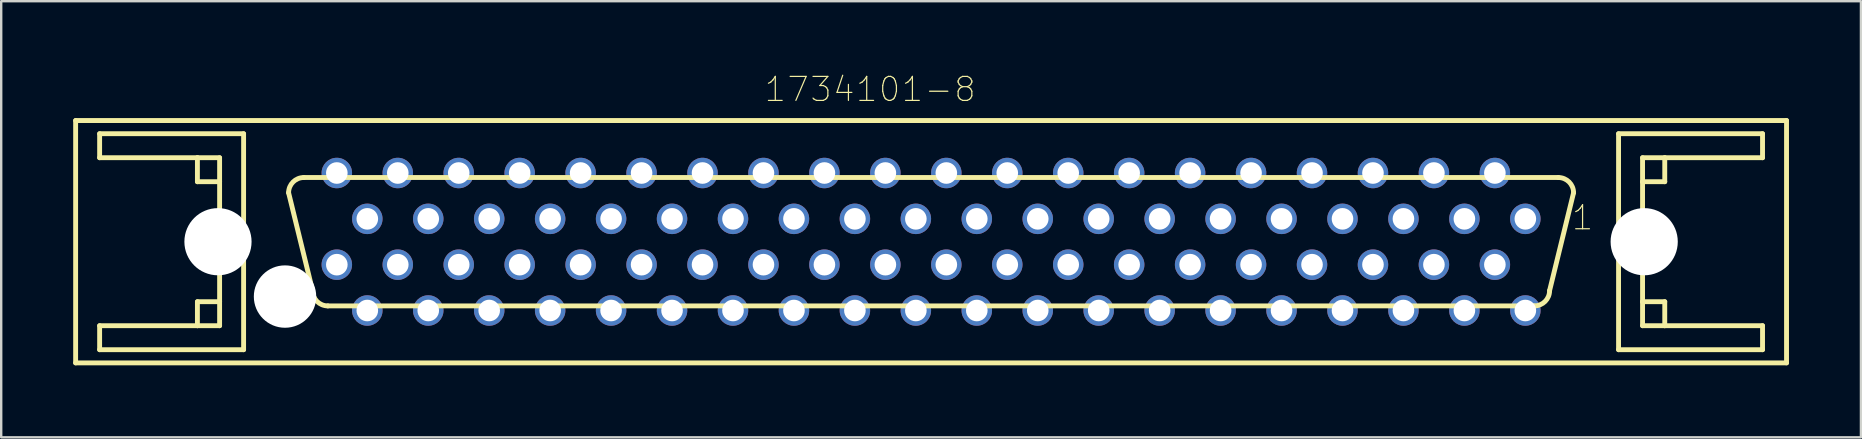
<source format=kicad_pcb>
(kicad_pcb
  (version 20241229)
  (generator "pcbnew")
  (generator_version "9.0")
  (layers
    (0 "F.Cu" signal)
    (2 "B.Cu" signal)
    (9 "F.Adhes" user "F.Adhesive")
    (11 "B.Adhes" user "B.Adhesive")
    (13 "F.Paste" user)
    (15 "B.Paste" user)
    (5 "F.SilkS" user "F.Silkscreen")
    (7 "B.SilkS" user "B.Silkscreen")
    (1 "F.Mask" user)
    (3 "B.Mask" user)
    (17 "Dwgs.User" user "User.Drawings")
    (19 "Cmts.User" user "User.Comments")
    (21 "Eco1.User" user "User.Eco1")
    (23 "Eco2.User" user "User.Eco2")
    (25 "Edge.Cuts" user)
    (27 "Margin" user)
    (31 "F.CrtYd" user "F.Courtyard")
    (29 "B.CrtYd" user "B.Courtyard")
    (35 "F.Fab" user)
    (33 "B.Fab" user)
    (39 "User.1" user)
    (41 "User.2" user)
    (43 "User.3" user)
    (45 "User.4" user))
  (footprint "1734101-8"
    (layer "F.Cu")
    (at 35.752 7.023)
    (property "Reference" "1734101-8" (at -2.54 -6.35 0) (layer "F.SilkS") (effects (font (size 1 1) (thickness 0.05))))
    (attr through_hole)
    (fp_line (start -35.65 -5.05) (end 35.65 -5.05) (stroke (width 0.203) (type solid)) (layer "F.SilkS"))
    (fp_line (start -35.65 5.05) (end -35.65 -5.05) (stroke (width 0.203) (type solid)) (layer "F.SilkS"))
    (fp_line (start -34.65 -4.5) (end -34.65 -3.5) (stroke (width 0.203) (type solid)) (layer "F.SilkS"))
    (fp_line (start -34.65 -3.5) (end -30.575 -3.5) (stroke (width 0.203) (type solid)) (layer "F.SilkS"))
    (fp_line (start -34.65 3.5) (end -34.65 4.5) (stroke (width 0.203) (type solid)) (layer "F.SilkS"))
    (fp_line (start -34.65 4.5) (end -28.65 4.5) (stroke (width 0.203) (type solid)) (layer "F.SilkS"))
    (fp_line (start -30.575 -3.5) (end -30.575 -2.5) (stroke (width 0.203) (type solid)) (layer "F.SilkS"))
    (fp_line (start -30.575 -3.5) (end -29.65 -3.5) (stroke (width 0.203) (type solid)) (layer "F.SilkS"))
    (fp_line (start -30.575 -2.5) (end -29.65 -2.5) (stroke (width 0.203) (type solid)) (layer "F.SilkS"))
    (fp_line (start -30.575 2.5) (end -30.575 3.5) (stroke (width 0.203) (type solid)) (layer "F.SilkS"))
    (fp_line (start -30.575 3.5) (end -34.65 3.5) (stroke (width 0.203) (type solid)) (layer "F.SilkS"))
    (fp_line (start -29.65 -3.5) (end -29.65 -2.5) (stroke (width 0.203) (type solid)) (layer "F.SilkS"))
    (fp_line (start -29.65 -2.5) (end -29.65 2.5) (stroke (width 0.203) (type solid)) (layer "F.SilkS"))
    (fp_line (start -29.65 2.5) (end -30.575 2.5) (stroke (width 0.203) (type solid)) (layer "F.SilkS"))
    (fp_line (start -29.65 2.5) (end -29.65 3.5) (stroke (width 0.203) (type solid)) (layer "F.SilkS"))
    (fp_line (start -29.65 3.5) (end -30.575 3.5) (stroke (width 0.203) (type solid)) (layer "F.SilkS"))
    (fp_line (start -28.65 -4.5) (end -34.65 -4.5) (stroke (width 0.203) (type solid)) (layer "F.SilkS"))
    (fp_line (start -28.65 4.5) (end -28.65 -4.5) (stroke (width 0.203) (type solid)) (layer "F.SilkS"))
    (fp_line (start -26.14 -2.675) (end 26.14 -2.675) (stroke (width 0.203) (type solid)) (layer "F.SilkS"))
    (fp_line (start -25.775 2.04) (end -26.775 -2.04) (stroke (width 0.203) (type solid)) (layer "F.SilkS"))
    (fp_line (start 25.14 2.675) (end -25.14 2.675) (stroke (width 0.203) (type solid)) (layer "F.SilkS"))
    (fp_line (start 26.775 -2.04) (end 25.775 2.04) (stroke (width 0.203) (type solid)) (layer "F.SilkS"))
    (fp_line (start 28.65 -4.5) (end 28.65 4.5) (stroke (width 0.203) (type solid)) (layer "F.SilkS"))
    (fp_line (start 28.65 4.5) (end 34.65 4.5) (stroke (width 0.203) (type solid)) (layer "F.SilkS"))
    (fp_line (start 29.65 -3.5) (end 30.575 -3.5) (stroke (width 0.203) (type solid)) (layer "F.SilkS"))
    (fp_line (start 29.65 -2.5) (end 29.65 -3.5) (stroke (width 0.203) (type solid)) (layer "F.SilkS"))
    (fp_line (start 29.65 -2.5) (end 30.575 -2.5) (stroke (width 0.203) (type solid)) (layer "F.SilkS"))
    (fp_line (start 29.65 2.5) (end 29.65 -2.5) (stroke (width 0.203) (type solid)) (layer "F.SilkS"))
    (fp_line (start 29.65 3.5) (end 29.65 2.5) (stroke (width 0.203) (type solid)) (layer "F.SilkS"))
    (fp_line (start 30.575 -3.5) (end 34.65 -3.5) (stroke (width 0.203) (type solid)) (layer "F.SilkS"))
    (fp_line (start 30.575 -2.5) (end 30.575 -3.5) (stroke (width 0.203) (type solid)) (layer "F.SilkS"))
    (fp_line (start 30.575 2.5) (end 29.65 2.5) (stroke (width 0.203) (type solid)) (layer "F.SilkS"))
    (fp_line (start 30.575 3.5) (end 29.65 3.5) (stroke (width 0.203) (type solid)) (layer "F.SilkS"))
    (fp_line (start 30.575 3.5) (end 30.575 2.5) (stroke (width 0.203) (type solid)) (layer "F.SilkS"))
    (fp_line (start 34.65 -4.5) (end 28.65 -4.5) (stroke (width 0.203) (type solid)) (layer "F.SilkS"))
    (fp_line (start 34.65 -3.5) (end 34.65 -4.5) (stroke (width 0.203) (type solid)) (layer "F.SilkS"))
    (fp_line (start 34.65 3.5) (end 30.575 3.5) (stroke (width 0.203) (type solid)) (layer "F.SilkS"))
    (fp_line (start 34.65 4.5) (end 34.65 3.5) (stroke (width 0.203) (type solid)) (layer "F.SilkS"))
    (fp_line (start 35.65 -5.05) (end 35.65 5.05) (stroke (width 0.203) (type solid)) (layer "F.SilkS"))
    (fp_line (start 35.65 5.05) (end -35.65 5.05) (stroke (width 0.203) (type solid)) (layer "F.SilkS"))
    (fp_arc (start -26.775 -2.04) (mid -26.589013 -2.489013) (end -26.14 -2.675) (stroke (width 0.2032) (type solid)) (layer "F.SilkS"))
    (fp_arc (start -25.14 2.675) (mid -25.589013 2.489013) (end -25.775 2.04) (stroke (width 0.2032) (type solid)) (layer "F.SilkS"))
    (fp_arc (start 25.775 2.04) (mid 25.589013 2.489013) (end 25.14 2.675) (stroke (width 0.2032) (type solid)) (layer "F.SilkS"))
    (fp_arc (start 26.14 -2.675) (mid 26.589013 -2.489013) (end 26.775 -2.04) (stroke (width 0.2032) (type solid)) (layer "F.SilkS"))
    (fp_text user "1" (at 27.15 -1 0) (layer "F.SilkS") (effects (font (size 1 1) (thickness 0.05))))
    (pad "" np_thru_hole circle (at -29.718 0) (size 2.8 2.8) (drill 2.8) (layers "*.Cu" "*.Mask"))
    (pad "" np_thru_hole circle (at -26.924 2.286) (size 2.6 2.6) (drill 2.6) (layers "*.Cu" "*.Mask"))
    (pad "" np_thru_hole circle (at 29.718 0) (size 2.8 2.8) (drill 2.8) (layers "*.Cu" "*.Mask"))
    (pad "1" thru_hole circle (at -24.765 -2.863) (size 1.27 1.27) (drill 0.9) (layers "*.Cu" "*.Mask"))
    (pad "2" thru_hole circle (at -23.495 -0.953) (size 1.27 1.27) (drill 0.9) (layers "*.Cu" "*.Mask"))
    (pad "3" thru_hole circle (at -22.225 -2.863) (size 1.27 1.27) (drill 0.9) (layers "*.Cu" "*.Mask"))
    (pad "4" thru_hole circle (at -20.955 -0.953) (size 1.27 1.27) (drill 0.9) (layers "*.Cu" "*.Mask"))
    (pad "5" thru_hole circle (at -19.685 -2.863) (size 1.27 1.27) (drill 0.9) (layers "*.Cu" "*.Mask"))
    (pad "6" thru_hole circle (at -18.415 -0.953) (size 1.27 1.27) (drill 0.9) (layers "*.Cu" "*.Mask"))
    (pad "7" thru_hole circle (at -17.145 -2.863) (size 1.27 1.27) (drill 0.9) (layers "*.Cu" "*.Mask"))
    (pad "8" thru_hole circle (at -15.875 -0.953) (size 1.27 1.27) (drill 0.9) (layers "*.Cu" "*.Mask"))
    (pad "9" thru_hole circle (at -14.605 -2.863) (size 1.27 1.27) (drill 0.9) (layers "*.Cu" "*.Mask"))
    (pad "10" thru_hole circle (at -13.335 -0.953) (size 1.27 1.27) (drill 0.9) (layers "*.Cu" "*.Mask"))
    (pad "11" thru_hole circle (at -12.065 -2.863) (size 1.27 1.27) (drill 0.9) (layers "*.Cu" "*.Mask"))
    (pad "12" thru_hole circle (at -10.795 -0.953) (size 1.27 1.27) (drill 0.9) (layers "*.Cu" "*.Mask"))
    (pad "13" thru_hole circle (at -9.525 -2.863) (size 1.27 1.27) (drill 0.9) (layers "*.Cu" "*.Mask"))
    (pad "14" thru_hole circle (at -8.255 -0.953) (size 1.27 1.27) (drill 0.9) (layers "*.Cu" "*.Mask"))
    (pad "15" thru_hole circle (at -6.985 -2.863) (size 1.27 1.27) (drill 0.9) (layers "*.Cu" "*.Mask"))
    (pad "16" thru_hole circle (at -5.715 -0.953) (size 1.27 1.27) (drill 0.9) (layers "*.Cu" "*.Mask"))
    (pad "17" thru_hole circle (at -4.445 -2.863) (size 1.27 1.27) (drill 0.9) (layers "*.Cu" "*.Mask"))
    (pad "18" thru_hole circle (at -3.175 -0.953) (size 1.27 1.27) (drill 0.9) (layers "*.Cu" "*.Mask"))
    (pad "19" thru_hole circle (at -1.905 -2.863) (size 1.27 1.27) (drill 0.9) (layers "*.Cu" "*.Mask"))
    (pad "20" thru_hole circle (at -0.635 -0.953) (size 1.27 1.27) (drill 0.9) (layers "*.Cu" "*.Mask"))
    (pad "21" thru_hole circle (at 0.635 -2.863) (size 1.27 1.27) (drill 0.9) (layers "*.Cu" "*.Mask"))
    (pad "22" thru_hole circle (at 1.905 -0.953) (size 1.27 1.27) (drill 0.9) (layers "*.Cu" "*.Mask"))
    (pad "23" thru_hole circle (at 3.175 -2.863) (size 1.27 1.27) (drill 0.9) (layers "*.Cu" "*.Mask"))
    (pad "24" thru_hole circle (at 4.445 -0.953) (size 1.27 1.27) (drill 0.9) (layers "*.Cu" "*.Mask"))
    (pad "25" thru_hole circle (at 5.715 -2.863) (size 1.27 1.27) (drill 0.9) (layers "*.Cu" "*.Mask"))
    (pad "26" thru_hole circle (at 6.985 -0.953) (size 1.27 1.27) (drill 0.9) (layers "*.Cu" "*.Mask"))
    (pad "27" thru_hole circle (at 8.255 -2.863) (size 1.27 1.27) (drill 0.9) (layers "*.Cu" "*.Mask"))
    (pad "28" thru_hole circle (at 9.525 -0.953) (size 1.27 1.27) (drill 0.9) (layers "*.Cu" "*.Mask"))
    (pad "29" thru_hole circle (at 10.795 -2.863) (size 1.27 1.27) (drill 0.9) (layers "*.Cu" "*.Mask"))
    (pad "30" thru_hole circle (at 12.065 -0.953) (size 1.27 1.27) (drill 0.9) (layers "*.Cu" "*.Mask"))
    (pad "31" thru_hole circle (at 13.335 -2.863) (size 1.27 1.27) (drill 0.9) (layers "*.Cu" "*.Mask"))
    (pad "32" thru_hole circle (at 14.605 -0.953) (size 1.27 1.27) (drill 0.9) (layers "*.Cu" "*.Mask"))
    (pad "33" thru_hole circle (at 15.875 -2.863) (size 1.27 1.27) (drill 0.9) (layers "*.Cu" "*.Mask"))
    (pad "34" thru_hole circle (at 17.145 -0.953) (size 1.27 1.27) (drill 0.9) (layers "*.Cu" "*.Mask"))
    (pad "35" thru_hole circle (at 18.415 -2.863) (size 1.27 1.27) (drill 0.9) (layers "*.Cu" "*.Mask"))
    (pad "36" thru_hole circle (at 19.685 -0.953) (size 1.27 1.27) (drill 0.9) (layers "*.Cu" "*.Mask"))
    (pad "37" thru_hole circle (at 20.955 -2.863) (size 1.27 1.27) (drill 0.9) (layers "*.Cu" "*.Mask"))
    (pad "38" thru_hole circle (at 22.225 -0.953) (size 1.27 1.27) (drill 0.9) (layers "*.Cu" "*.Mask"))
    (pad "39" thru_hole circle (at 23.495 -2.863) (size 1.27 1.27) (drill 0.9) (layers "*.Cu" "*.Mask"))
    (pad "40" thru_hole circle (at 24.765 -0.953) (size 1.27 1.27) (drill 0.9) (layers "*.Cu" "*.Mask"))
    (pad "41" thru_hole circle (at -24.765 0.957) (size 1.27 1.27) (drill 0.9) (layers "*.Cu" "*.Mask"))
    (pad "42" thru_hole circle (at -23.495 2.867) (size 1.27 1.27) (drill 0.9) (layers "*.Cu" "*.Mask"))
    (pad "43" thru_hole circle (at -22.225 0.957) (size 1.27 1.27) (drill 0.9) (layers "*.Cu" "*.Mask"))
    (pad "44" thru_hole circle (at -20.955 2.867) (size 1.27 1.27) (drill 0.9) (layers "*.Cu" "*.Mask"))
    (pad "45" thru_hole circle (at -19.685 0.957) (size 1.27 1.27) (drill 0.9) (layers "*.Cu" "*.Mask"))
    (pad "46" thru_hole circle (at -18.415 2.867) (size 1.27 1.27) (drill 0.9) (layers "*.Cu" "*.Mask"))
    (pad "47" thru_hole circle (at -17.145 0.957) (size 1.27 1.27) (drill 0.9) (layers "*.Cu" "*.Mask"))
    (pad "48" thru_hole circle (at -15.875 2.867) (size 1.27 1.27) (drill 0.9) (layers "*.Cu" "*.Mask"))
    (pad "49" thru_hole circle (at -14.605 0.957) (size 1.27 1.27) (drill 0.9) (layers "*.Cu" "*.Mask"))
    (pad "50" thru_hole circle (at -13.335 2.867) (size 1.27 1.27) (drill 0.9) (layers "*.Cu" "*.Mask"))
    (pad "51" thru_hole circle (at -12.065 0.957) (size 1.27 1.27) (drill 0.9) (layers "*.Cu" "*.Mask"))
    (pad "52" thru_hole circle (at -10.795 2.867) (size 1.27 1.27) (drill 0.9) (layers "*.Cu" "*.Mask"))
    (pad "53" thru_hole circle (at -9.525 0.957) (size 1.27 1.27) (drill 0.9) (layers "*.Cu" "*.Mask"))
    (pad "54" thru_hole circle (at -8.255 2.867) (size 1.27 1.27) (drill 0.9) (layers "*.Cu" "*.Mask"))
    (pad "55" thru_hole circle (at -6.985 0.957) (size 1.27 1.27) (drill 0.9) (layers "*.Cu" "*.Mask"))
    (pad "56" thru_hole circle (at -5.715 2.867) (size 1.27 1.27) (drill 0.9) (layers "*.Cu" "*.Mask"))
    (pad "57" thru_hole circle (at -4.445 0.957) (size 1.27 1.27) (drill 0.9) (layers "*.Cu" "*.Mask"))
    (pad "58" thru_hole circle (at -3.175 2.867) (size 1.27 1.27) (drill 0.9) (layers "*.Cu" "*.Mask"))
    (pad "59" thru_hole circle (at -1.905 0.957) (size 1.27 1.27) (drill 0.9) (layers "*.Cu" "*.Mask"))
    (pad "60" thru_hole circle (at -0.635 2.867) (size 1.27 1.27) (drill 0.9) (layers "*.Cu" "*.Mask"))
    (pad "61" thru_hole circle (at 0.635 0.957) (size 1.27 1.27) (drill 0.9) (layers "*.Cu" "*.Mask"))
    (pad "62" thru_hole circle (at 1.905 2.867) (size 1.27 1.27) (drill 0.9) (layers "*.Cu" "*.Mask"))
    (pad "63" thru_hole circle (at 3.175 0.957) (size 1.27 1.27) (drill 0.9) (layers "*.Cu" "*.Mask"))
    (pad "64" thru_hole circle (at 4.445 2.867) (size 1.27 1.27) (drill 0.9) (layers "*.Cu" "*.Mask"))
    (pad "65" thru_hole circle (at 5.715 0.957) (size 1.27 1.27) (drill 0.9) (layers "*.Cu" "*.Mask"))
    (pad "66" thru_hole circle (at 6.985 2.867) (size 1.27 1.27) (drill 0.9) (layers "*.Cu" "*.Mask"))
    (pad "67" thru_hole circle (at 8.255 0.957) (size 1.27 1.27) (drill 0.9) (layers "*.Cu" "*.Mask"))
    (pad "68" thru_hole circle (at 9.525 2.867) (size 1.27 1.27) (drill 0.9) (layers "*.Cu" "*.Mask"))
    (pad "69" thru_hole circle (at 10.795 0.957) (size 1.27 1.27) (drill 0.9) (layers "*.Cu" "*.Mask"))
    (pad "70" thru_hole circle (at 12.065 2.867) (size 1.27 1.27) (drill 0.9) (layers "*.Cu" "*.Mask"))
    (pad "71" thru_hole circle (at 13.335 0.957) (size 1.27 1.27) (drill 0.9) (layers "*.Cu" "*.Mask"))
    (pad "72" thru_hole circle (at 14.605 2.867) (size 1.27 1.27) (drill 0.9) (layers "*.Cu" "*.Mask"))
    (pad "73" thru_hole circle (at 15.875 0.957) (size 1.27 1.27) (drill 0.9) (layers "*.Cu" "*.Mask"))
    (pad "74" thru_hole circle (at 17.145 2.867) (size 1.27 1.27) (drill 0.9) (layers "*.Cu" "*.Mask"))
    (pad "75" thru_hole circle (at 18.415 0.957) (size 1.27 1.27) (drill 0.9) (layers "*.Cu" "*.Mask"))
    (pad "76" thru_hole circle (at 19.685 2.867) (size 1.27 1.27) (drill 0.9) (layers "*.Cu" "*.Mask"))
    (pad "77" thru_hole circle (at 20.955 0.957) (size 1.27 1.27) (drill 0.9) (layers "*.Cu" "*.Mask"))
    (pad "78" thru_hole circle (at 22.225 2.867) (size 1.27 1.27) (drill 0.9) (layers "*.Cu" "*.Mask"))
    (pad "79" thru_hole circle (at 23.495 0.957) (size 1.27 1.27) (drill 0.9) (layers "*.Cu" "*.Mask"))
    (pad "80" thru_hole circle (at 24.765 2.867) (size 1.27 1.27) (drill 0.9) (layers "*.Cu" "*.Mask")))
  (gr_rect
    (start -3 -3)
    (end 74.503 15.174)
    (stroke (width 0.1) (type default))
    (fill no)
    (layer "Edge.Cuts")))
</source>
